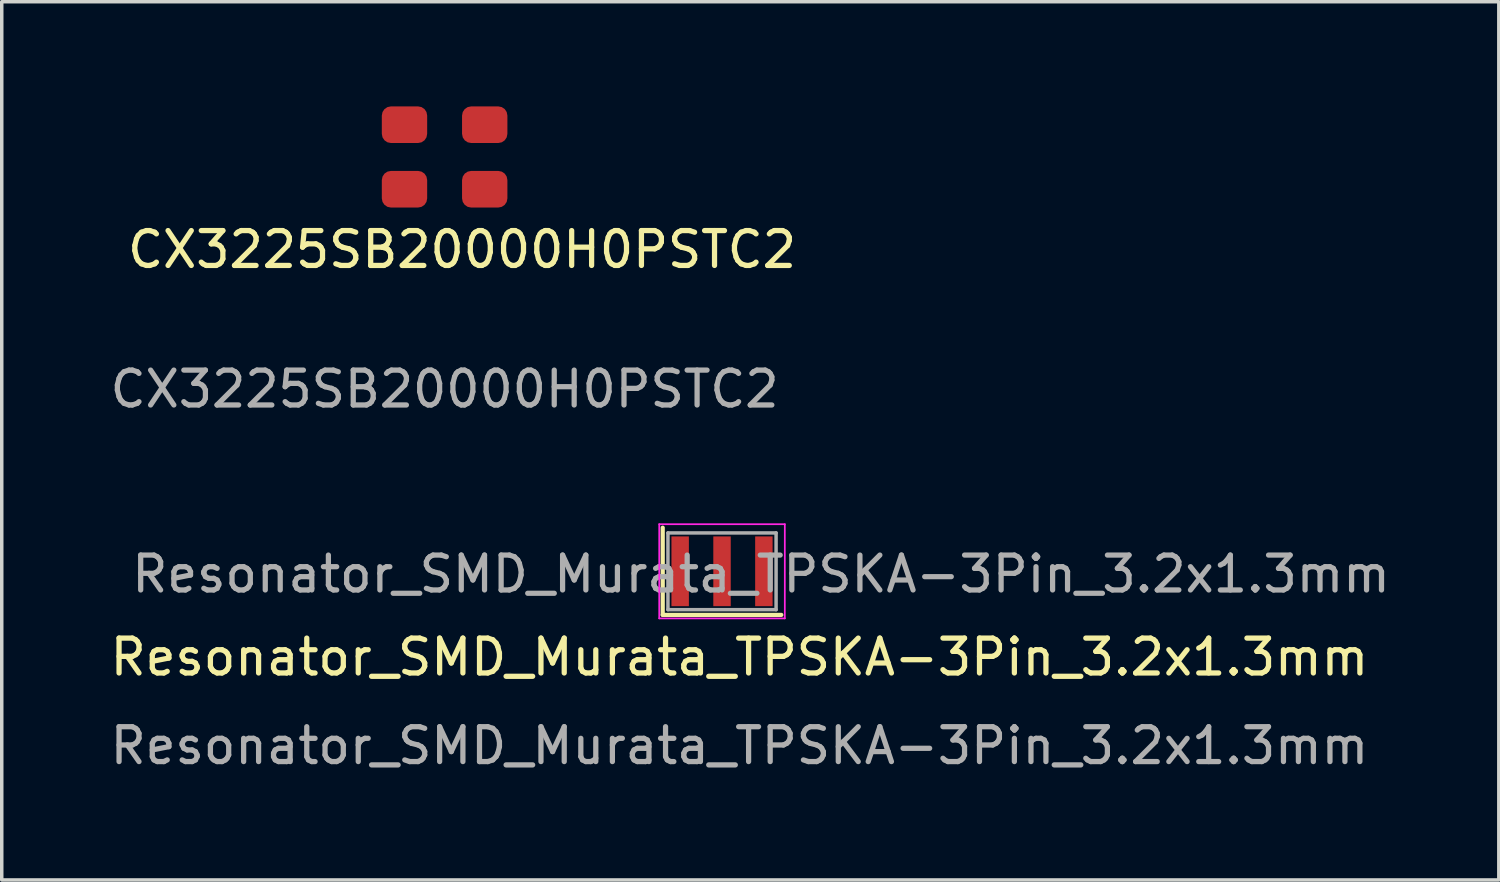
<source format=kicad_pcb>
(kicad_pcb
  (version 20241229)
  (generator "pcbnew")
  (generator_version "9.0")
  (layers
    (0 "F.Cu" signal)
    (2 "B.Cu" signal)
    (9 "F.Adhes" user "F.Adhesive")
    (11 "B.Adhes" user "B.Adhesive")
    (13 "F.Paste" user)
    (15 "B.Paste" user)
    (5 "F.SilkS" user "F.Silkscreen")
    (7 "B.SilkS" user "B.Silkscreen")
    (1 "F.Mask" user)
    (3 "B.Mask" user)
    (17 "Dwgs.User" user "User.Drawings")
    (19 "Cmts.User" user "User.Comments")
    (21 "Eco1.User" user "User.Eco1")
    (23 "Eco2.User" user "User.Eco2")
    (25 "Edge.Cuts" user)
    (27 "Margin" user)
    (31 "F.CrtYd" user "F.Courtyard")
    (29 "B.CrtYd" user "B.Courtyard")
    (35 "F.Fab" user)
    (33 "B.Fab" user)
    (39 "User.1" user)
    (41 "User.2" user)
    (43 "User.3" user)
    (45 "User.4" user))
  (footprint "Resonator_SMD_Murata_TPSKA-3Pin_3.2x1.3mm"
    (layer "F.Cu")
    (at 19.449 18.328)
    (property "Reference" "Resonator_SMD_Murata_TPSKA-3Pin_3.2x1.3mm" (at -1.3 -2.54 0) (unlocked yes) (layer "F.SilkS") (effects (font (size 1 1) (thickness 0.15))))
    (attr smd)
    (fp_line (start -3.5 -6.25) (end -3.5 -3.75) (stroke (width 0.12) (type solid)) (layer "F.SilkS"))
    (fp_line (start -3.5 -3.75) (end -0.1 -3.75) (stroke (width 0.12) (type solid)) (layer "F.SilkS"))
    (fp_line (start -3.6 -6.35) (end 0 -6.35) (stroke (width 0.05) (type solid)) (layer "F.CrtYd"))
    (fp_line (start -3.6 -3.65) (end -3.6 -6.35) (stroke (width 0.05) (type solid)) (layer "F.CrtYd"))
    (fp_line (start 0 -3.65) (end -3.6 -3.65) (stroke (width 0.05) (type solid)) (layer "F.CrtYd"))
    (fp_line (start 0 -3.65) (end 0 -6.35) (stroke (width 0.05) (type solid)) (layer "F.CrtYd"))
    (fp_line (start -3.35 -6.1) (end -3.35 -3.9) (stroke (width 0.1) (type solid)) (layer "F.Fab"))
    (fp_line (start -3.35 -6.1) (end -0.25 -6.1) (stroke (width 0.1) (type solid)) (layer "F.Fab"))
    (fp_line (start -0.25 -3.9) (end -3.35 -3.9) (stroke (width 0.1) (type solid)) (layer "F.Fab"))
    (fp_line (start -0.25 -3.9) (end -0.25 -6.1) (stroke (width 0.1) (type solid)) (layer "F.Fab"))
    (fp_text user "${REFERENCE}" (at -0.68 -4.92 0) (layer "F.Fab") (effects (font (size 1 1) (thickness 0.15))))
    (fp_text user "${REFERENCE}" (at -1.3 0 0) (unlocked yes) (layer "F.Fab") (effects (font (size 1 1) (thickness 0.15))))
    (pad "1" smd rect (at -3 -5) (size 0.5 2) (layers "F.Cu" "F.Mask" "F.Paste"))
    (pad "2" smd rect (at -1.8 -5) (size 0.5 2) (layers "F.Cu" "F.Mask" "F.Paste"))
    (pad "3" smd rect (at -0.6 -5) (size 0.5 2) (layers "F.Cu" "F.Mask" "F.Paste")))
  (footprint "CX3225SB20000H0PSTC2"
    (layer "F.Cu")
    (at 9.696 5.605)
    (property "Reference" "CX3225SB20000H0PSTC2" (at 0.5 -1.5 0) (unlocked yes) (layer "F.SilkS") (effects (font (size 1 1) (thickness 0.15))))
    (attr smd)
    (fp_text user "${REFERENCE}" (at 0 2.5 0) (unlocked yes) (layer "F.Fab") (effects (font (size 1 1) (thickness 0.15))))
    (pad "1" smd roundrect (at -1.15 -3.23) (size 1.3 1.05) (layers "F.Cu" "F.Mask" "F.Paste") (roundrect_rratio 0.25))
    (pad "2" smd roundrect (at 1.15 -5.08) (size 1.3 1.05) (layers "F.Cu" "F.Mask" "F.Paste") (roundrect_rratio 0.25))
    (pad "3" smd roundrect (at -1.15 -5.08) (size 1.3 1.05) (layers "F.Cu" "F.Mask" "F.Paste") (roundrect_rratio 0.25))
    (pad "3" smd roundrect (at 1.15 -3.23) (size 1.3 1.05) (layers "F.Cu" "F.Mask" "F.Paste") (roundrect_rratio 0.25)))
  (gr_rect
    (start -3 -3)
    (end 39.918 22.177)
    (stroke (width 0.1) (type default))
    (fill no)
    (layer "Edge.Cuts")))
</source>
